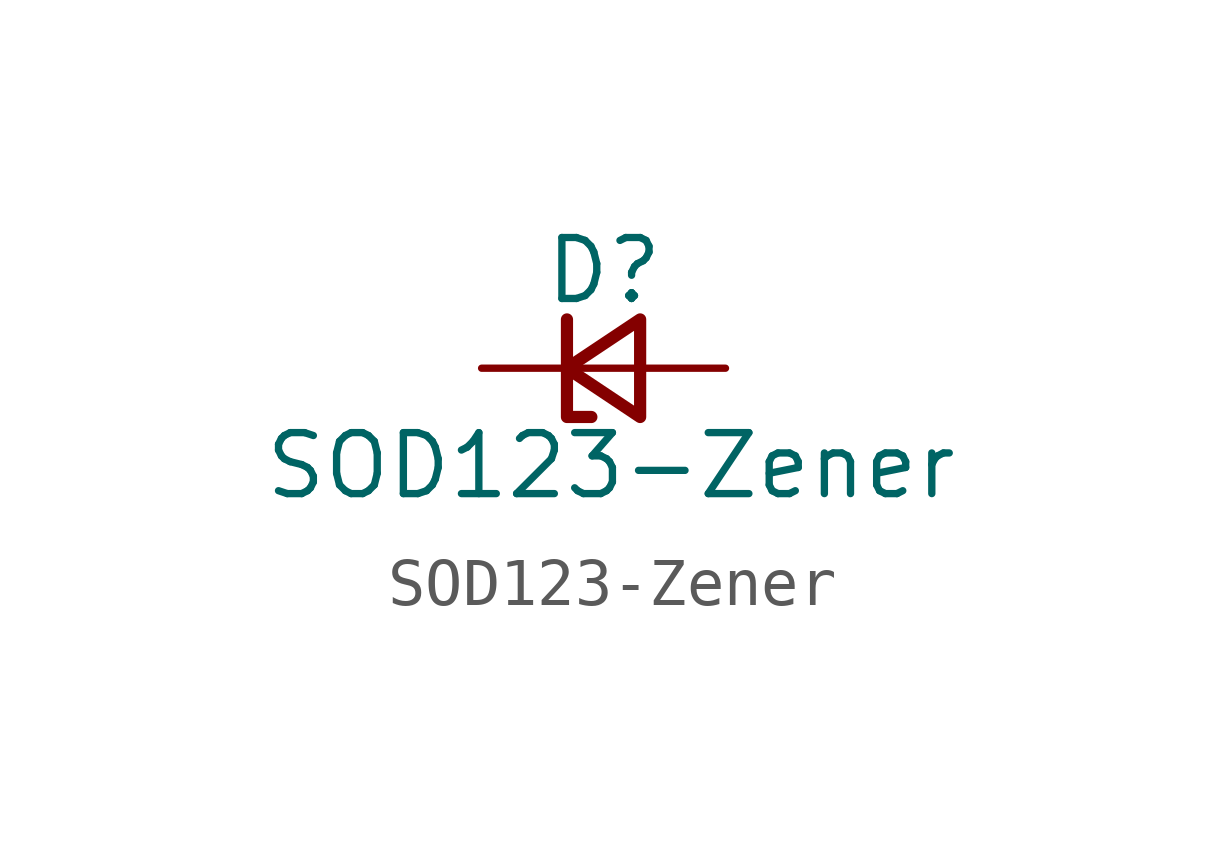
<source format=kicad_sym>
(kicad_symbol_lib
  (version 20211014)
  (generator kicad_symbol_editor)
  (symbol "SOD123-Zener"
    (pin_numbers hide)
    (pin_names
      (offset 0.254) hide)
    (property "Reference" "D"
      (at -1.27 2.032 0)
      (effects (font (size 1.27 1.27)) (justify left)))
    (property "Value" "SOD123-Zener"
      (at -7.112 -2.032 0)
      (effects (font (size 1.27 1.27)) (justify left)))
    (symbol "SOD123-Zener_0_1"
      (polyline (pts (xy -0.762 0) (xy 0.762 0)) (stroke (width 0) (type default) (color 0 0 0 0)) (fill (type none)))
      (polyline (pts (xy 0.762 -1.016) (xy -0.762 0) (xy 0.762 1.016) (xy 0.762 -1.016)) (stroke (width 0.254) (type default) (color 0 0 0 0)) (fill (type none)))
      (polyline (pts (xy -0.762 1.016) (xy -0.762 0.889) (xy -0.762 1.016) (xy -0.762 -1.016) (xy -0.254 -1.016) (xy -0.254 -1.016)) (stroke (width 0.254) (type default) (color 0 0 0 0)) (fill (type none))))
    (symbol "SOD123-Zener_1_1"
      (pin passive line (at -2.54 0 0) (length 1.778) (name "K" (effects (font (size 1.27 1.27)))) (number "1" (effects (font (size 1.27 1.27)))))
      (pin passive line (at 2.54 0 180) (length 1.778) (name "A" (effects (font (size 1.27 1.27)))) (number "2" (effects (font (size 1.27 1.27))))))))
</source>
